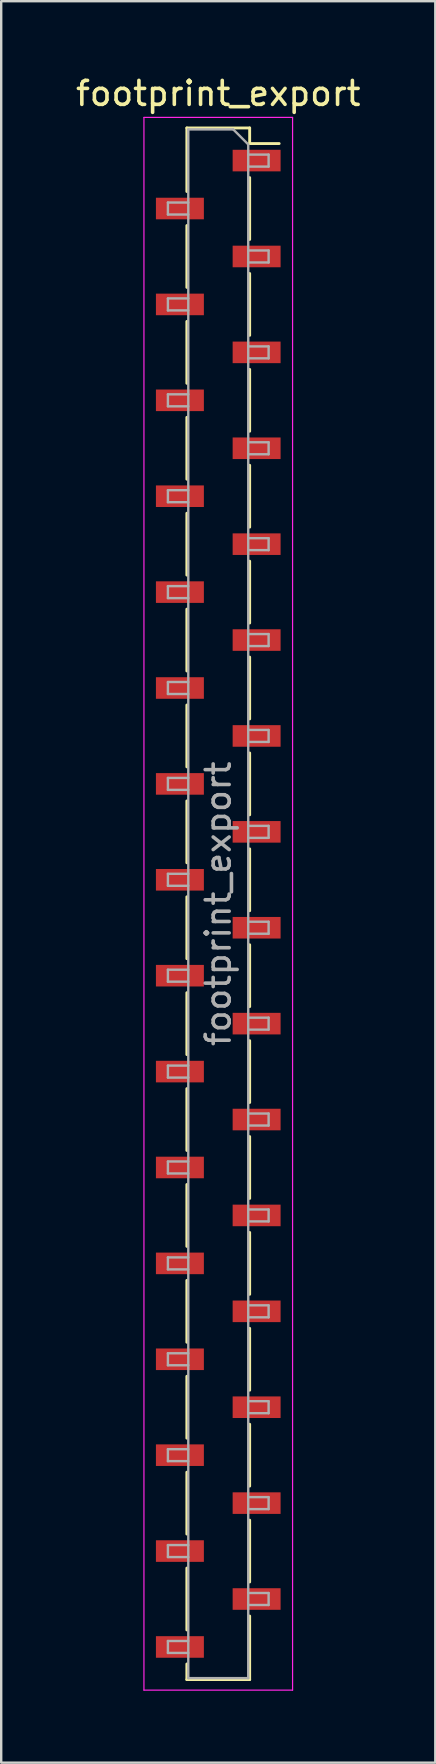
<source format=kicad_pcb>
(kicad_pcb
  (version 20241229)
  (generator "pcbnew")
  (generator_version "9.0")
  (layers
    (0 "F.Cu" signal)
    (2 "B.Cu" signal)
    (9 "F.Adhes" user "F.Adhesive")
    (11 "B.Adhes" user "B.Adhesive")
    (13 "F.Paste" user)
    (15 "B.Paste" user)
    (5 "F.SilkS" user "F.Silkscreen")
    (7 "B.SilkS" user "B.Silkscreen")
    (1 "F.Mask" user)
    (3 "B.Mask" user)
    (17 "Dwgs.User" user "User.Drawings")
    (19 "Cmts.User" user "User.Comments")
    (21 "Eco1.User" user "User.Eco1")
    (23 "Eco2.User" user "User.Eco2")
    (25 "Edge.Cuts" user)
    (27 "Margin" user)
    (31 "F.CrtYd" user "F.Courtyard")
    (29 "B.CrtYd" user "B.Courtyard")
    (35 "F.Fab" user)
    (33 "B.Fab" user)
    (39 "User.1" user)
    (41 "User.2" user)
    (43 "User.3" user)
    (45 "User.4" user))
  (footprint "footprint_export"
    (layer "F.Cu")
    (at 6.054 34.648)
    (property "Reference" "footprint_export" (at 0 -33.8 0) (layer "F.SilkS") (effects (font (size 1 1) (thickness 0.15))))
    (attr smd)
    (fp_line (start -1.31 -32.36) (end -1.31 -29.71) (stroke (width 0.12) (type solid)) (layer "F.SilkS"))
    (fp_line (start -1.31 -32.36) (end 1.31 -32.36) (stroke (width 0.12) (type solid)) (layer "F.SilkS"))
    (fp_line (start -1.31 -28.29) (end -1.31 -25.71) (stroke (width 0.12) (type solid)) (layer "F.SilkS"))
    (fp_line (start -1.31 -24.29) (end -1.31 -21.71) (stroke (width 0.12) (type solid)) (layer "F.SilkS"))
    (fp_line (start -1.31 -20.29) (end -1.31 -17.71) (stroke (width 0.12) (type solid)) (layer "F.SilkS"))
    (fp_line (start -1.31 -16.29) (end -1.31 -13.71) (stroke (width 0.12) (type solid)) (layer "F.SilkS"))
    (fp_line (start -1.31 -12.29) (end -1.31 -9.71) (stroke (width 0.12) (type solid)) (layer "F.SilkS"))
    (fp_line (start -1.31 -8.29) (end -1.31 -5.71) (stroke (width 0.12) (type solid)) (layer "F.SilkS"))
    (fp_line (start -1.31 -4.29) (end -1.31 -1.71) (stroke (width 0.12) (type solid)) (layer "F.SilkS"))
    (fp_line (start -1.31 -0.29) (end -1.31 2.29) (stroke (width 0.12) (type solid)) (layer "F.SilkS"))
    (fp_line (start -1.31 3.71) (end -1.31 6.29) (stroke (width 0.12) (type solid)) (layer "F.SilkS"))
    (fp_line (start -1.31 7.71) (end -1.31 10.29) (stroke (width 0.12) (type solid)) (layer "F.SilkS"))
    (fp_line (start -1.31 11.71) (end -1.31 14.29) (stroke (width 0.12) (type solid)) (layer "F.SilkS"))
    (fp_line (start -1.31 15.71) (end -1.31 18.29) (stroke (width 0.12) (type solid)) (layer "F.SilkS"))
    (fp_line (start -1.31 19.71) (end -1.31 22.29) (stroke (width 0.12) (type solid)) (layer "F.SilkS"))
    (fp_line (start -1.31 23.71) (end -1.31 26.29) (stroke (width 0.12) (type solid)) (layer "F.SilkS"))
    (fp_line (start -1.31 27.71) (end -1.31 30.29) (stroke (width 0.12) (type solid)) (layer "F.SilkS"))
    (fp_line (start -1.31 31.71) (end -1.31 32.36) (stroke (width 0.12) (type solid)) (layer "F.SilkS"))
    (fp_line (start -1.31 32.36) (end 1.31 32.36) (stroke (width 0.12) (type solid)) (layer "F.SilkS"))
    (fp_line (start 1.31 -32.36) (end 1.31 -31.71) (stroke (width 0.12) (type solid)) (layer "F.SilkS"))
    (fp_line (start 1.31 -31.71) (end 2.54 -31.71) (stroke (width 0.12) (type solid)) (layer "F.SilkS"))
    (fp_line (start 1.31 -30.29) (end 1.31 -27.71) (stroke (width 0.12) (type solid)) (layer "F.SilkS"))
    (fp_line (start 1.31 -26.29) (end 1.31 -23.71) (stroke (width 0.12) (type solid)) (layer "F.SilkS"))
    (fp_line (start 1.31 -22.29) (end 1.31 -19.71) (stroke (width 0.12) (type solid)) (layer "F.SilkS"))
    (fp_line (start 1.31 -18.29) (end 1.31 -15.71) (stroke (width 0.12) (type solid)) (layer "F.SilkS"))
    (fp_line (start 1.31 -14.29) (end 1.31 -11.71) (stroke (width 0.12) (type solid)) (layer "F.SilkS"))
    (fp_line (start 1.31 -10.29) (end 1.31 -7.71) (stroke (width 0.12) (type solid)) (layer "F.SilkS"))
    (fp_line (start 1.31 -6.29) (end 1.31 -3.71) (stroke (width 0.12) (type solid)) (layer "F.SilkS"))
    (fp_line (start 1.31 -2.29) (end 1.31 0.29) (stroke (width 0.12) (type solid)) (layer "F.SilkS"))
    (fp_line (start 1.31 1.71) (end 1.31 4.29) (stroke (width 0.12) (type solid)) (layer "F.SilkS"))
    (fp_line (start 1.31 5.71) (end 1.31 8.29) (stroke (width 0.12) (type solid)) (layer "F.SilkS"))
    (fp_line (start 1.31 9.71) (end 1.31 12.29) (stroke (width 0.12) (type solid)) (layer "F.SilkS"))
    (fp_line (start 1.31 13.71) (end 1.31 16.29) (stroke (width 0.12) (type solid)) (layer "F.SilkS"))
    (fp_line (start 1.31 17.71) (end 1.31 20.29) (stroke (width 0.12) (type solid)) (layer "F.SilkS"))
    (fp_line (start 1.31 21.71) (end 1.31 24.29) (stroke (width 0.12) (type solid)) (layer "F.SilkS"))
    (fp_line (start 1.31 25.71) (end 1.31 28.29) (stroke (width 0.12) (type solid)) (layer "F.SilkS"))
    (fp_line (start 1.31 29.71) (end 1.31 32.36) (stroke (width 0.12) (type solid)) (layer "F.SilkS"))
    (fp_line (start -3.1 -32.8) (end 3.1 -32.8) (stroke (width 0.05) (type solid)) (layer "F.CrtYd"))
    (fp_line (start -3.1 32.8) (end -3.1 -32.8) (stroke (width 0.05) (type solid)) (layer "F.CrtYd"))
    (fp_line (start 3.1 -32.8) (end 3.1 32.8) (stroke (width 0.05) (type solid)) (layer "F.CrtYd"))
    (fp_line (start 3.1 32.8) (end -3.1 32.8) (stroke (width 0.05) (type solid)) (layer "F.CrtYd"))
    (fp_line (start -2.1 -29.25) (end -1.25 -29.25) (stroke (width 0.1) (type solid)) (layer "F.Fab"))
    (fp_line (start -2.1 -28.75) (end -2.1 -29.25) (stroke (width 0.1) (type solid)) (layer "F.Fab"))
    (fp_line (start -2.1 -25.25) (end -1.25 -25.25) (stroke (width 0.1) (type solid)) (layer "F.Fab"))
    (fp_line (start -2.1 -24.75) (end -2.1 -25.25) (stroke (width 0.1) (type solid)) (layer "F.Fab"))
    (fp_line (start -2.1 -21.25) (end -1.25 -21.25) (stroke (width 0.1) (type solid)) (layer "F.Fab"))
    (fp_line (start -2.1 -20.75) (end -2.1 -21.25) (stroke (width 0.1) (type solid)) (layer "F.Fab"))
    (fp_line (start -2.1 -17.25) (end -1.25 -17.25) (stroke (width 0.1) (type solid)) (layer "F.Fab"))
    (fp_line (start -2.1 -16.75) (end -2.1 -17.25) (stroke (width 0.1) (type solid)) (layer "F.Fab"))
    (fp_line (start -2.1 -13.25) (end -1.25 -13.25) (stroke (width 0.1) (type solid)) (layer "F.Fab"))
    (fp_line (start -2.1 -12.75) (end -2.1 -13.25) (stroke (width 0.1) (type solid)) (layer "F.Fab"))
    (fp_line (start -2.1 -9.25) (end -1.25 -9.25) (stroke (width 0.1) (type solid)) (layer "F.Fab"))
    (fp_line (start -2.1 -8.75) (end -2.1 -9.25) (stroke (width 0.1) (type solid)) (layer "F.Fab"))
    (fp_line (start -2.1 -5.25) (end -1.25 -5.25) (stroke (width 0.1) (type solid)) (layer "F.Fab"))
    (fp_line (start -2.1 -4.75) (end -2.1 -5.25) (stroke (width 0.1) (type solid)) (layer "F.Fab"))
    (fp_line (start -2.1 -1.25) (end -1.25 -1.25) (stroke (width 0.1) (type solid)) (layer "F.Fab"))
    (fp_line (start -2.1 -0.75) (end -2.1 -1.25) (stroke (width 0.1) (type solid)) (layer "F.Fab"))
    (fp_line (start -2.1 2.75) (end -1.25 2.75) (stroke (width 0.1) (type solid)) (layer "F.Fab"))
    (fp_line (start -2.1 3.25) (end -2.1 2.75) (stroke (width 0.1) (type solid)) (layer "F.Fab"))
    (fp_line (start -2.1 6.75) (end -1.25 6.75) (stroke (width 0.1) (type solid)) (layer "F.Fab"))
    (fp_line (start -2.1 7.25) (end -2.1 6.75) (stroke (width 0.1) (type solid)) (layer "F.Fab"))
    (fp_line (start -2.1 10.75) (end -1.25 10.75) (stroke (width 0.1) (type solid)) (layer "F.Fab"))
    (fp_line (start -2.1 11.25) (end -2.1 10.75) (stroke (width 0.1) (type solid)) (layer "F.Fab"))
    (fp_line (start -2.1 14.75) (end -1.25 14.75) (stroke (width 0.1) (type solid)) (layer "F.Fab"))
    (fp_line (start -2.1 15.25) (end -2.1 14.75) (stroke (width 0.1) (type solid)) (layer "F.Fab"))
    (fp_line (start -2.1 18.75) (end -1.25 18.75) (stroke (width 0.1) (type solid)) (layer "F.Fab"))
    (fp_line (start -2.1 19.25) (end -2.1 18.75) (stroke (width 0.1) (type solid)) (layer "F.Fab"))
    (fp_line (start -2.1 22.75) (end -1.25 22.75) (stroke (width 0.1) (type solid)) (layer "F.Fab"))
    (fp_line (start -2.1 23.25) (end -2.1 22.75) (stroke (width 0.1) (type solid)) (layer "F.Fab"))
    (fp_line (start -2.1 26.75) (end -1.25 26.75) (stroke (width 0.1) (type solid)) (layer "F.Fab"))
    (fp_line (start -2.1 27.25) (end -2.1 26.75) (stroke (width 0.1) (type solid)) (layer "F.Fab"))
    (fp_line (start -2.1 30.75) (end -1.25 30.75) (stroke (width 0.1) (type solid)) (layer "F.Fab"))
    (fp_line (start -2.1 31.25) (end -2.1 30.75) (stroke (width 0.1) (type solid)) (layer "F.Fab"))
    (fp_line (start -1.25 -32.3) (end 0.625 -32.3) (stroke (width 0.1) (type solid)) (layer "F.Fab"))
    (fp_line (start -1.25 -28.75) (end -2.1 -28.75) (stroke (width 0.1) (type solid)) (layer "F.Fab"))
    (fp_line (start -1.25 -24.75) (end -2.1 -24.75) (stroke (width 0.1) (type solid)) (layer "F.Fab"))
    (fp_line (start -1.25 -20.75) (end -2.1 -20.75) (stroke (width 0.1) (type solid)) (layer "F.Fab"))
    (fp_line (start -1.25 -16.75) (end -2.1 -16.75) (stroke (width 0.1) (type solid)) (layer "F.Fab"))
    (fp_line (start -1.25 -12.75) (end -2.1 -12.75) (stroke (width 0.1) (type solid)) (layer "F.Fab"))
    (fp_line (start -1.25 -8.75) (end -2.1 -8.75) (stroke (width 0.1) (type solid)) (layer "F.Fab"))
    (fp_line (start -1.25 -4.75) (end -2.1 -4.75) (stroke (width 0.1) (type solid)) (layer "F.Fab"))
    (fp_line (start -1.25 -0.75) (end -2.1 -0.75) (stroke (width 0.1) (type solid)) (layer "F.Fab"))
    (fp_line (start -1.25 3.25) (end -2.1 3.25) (stroke (width 0.1) (type solid)) (layer "F.Fab"))
    (fp_line (start -1.25 7.25) (end -2.1 7.25) (stroke (width 0.1) (type solid)) (layer "F.Fab"))
    (fp_line (start -1.25 11.25) (end -2.1 11.25) (stroke (width 0.1) (type solid)) (layer "F.Fab"))
    (fp_line (start -1.25 15.25) (end -2.1 15.25) (stroke (width 0.1) (type solid)) (layer "F.Fab"))
    (fp_line (start -1.25 19.25) (end -2.1 19.25) (stroke (width 0.1) (type solid)) (layer "F.Fab"))
    (fp_line (start -1.25 23.25) (end -2.1 23.25) (stroke (width 0.1) (type solid)) (layer "F.Fab"))
    (fp_line (start -1.25 27.25) (end -2.1 27.25) (stroke (width 0.1) (type solid)) (layer "F.Fab"))
    (fp_line (start -1.25 31.25) (end -2.1 31.25) (stroke (width 0.1) (type solid)) (layer "F.Fab"))
    (fp_line (start -1.25 32.3) (end -1.25 -32.3) (stroke (width 0.1) (type solid)) (layer "F.Fab"))
    (fp_line (start 0.625 -32.3) (end 1.25 -31.675) (stroke (width 0.1) (type solid)) (layer "F.Fab"))
    (fp_line (start 1.25 -31.675) (end 1.25 32.3) (stroke (width 0.1) (type solid)) (layer "F.Fab"))
    (fp_line (start 1.25 -31.25) (end 2.1 -31.25) (stroke (width 0.1) (type solid)) (layer "F.Fab"))
    (fp_line (start 1.25 -27.25) (end 2.1 -27.25) (stroke (width 0.1) (type solid)) (layer "F.Fab"))
    (fp_line (start 1.25 -23.25) (end 2.1 -23.25) (stroke (width 0.1) (type solid)) (layer "F.Fab"))
    (fp_line (start 1.25 -19.25) (end 2.1 -19.25) (stroke (width 0.1) (type solid)) (layer "F.Fab"))
    (fp_line (start 1.25 -15.25) (end 2.1 -15.25) (stroke (width 0.1) (type solid)) (layer "F.Fab"))
    (fp_line (start 1.25 -11.25) (end 2.1 -11.25) (stroke (width 0.1) (type solid)) (layer "F.Fab"))
    (fp_line (start 1.25 -7.25) (end 2.1 -7.25) (stroke (width 0.1) (type solid)) (layer "F.Fab"))
    (fp_line (start 1.25 -3.25) (end 2.1 -3.25) (stroke (width 0.1) (type solid)) (layer "F.Fab"))
    (fp_line (start 1.25 0.75) (end 2.1 0.75) (stroke (width 0.1) (type solid)) (layer "F.Fab"))
    (fp_line (start 1.25 4.75) (end 2.1 4.75) (stroke (width 0.1) (type solid)) (layer "F.Fab"))
    (fp_line (start 1.25 8.75) (end 2.1 8.75) (stroke (width 0.1) (type solid)) (layer "F.Fab"))
    (fp_line (start 1.25 12.75) (end 2.1 12.75) (stroke (width 0.1) (type solid)) (layer "F.Fab"))
    (fp_line (start 1.25 16.75) (end 2.1 16.75) (stroke (width 0.1) (type solid)) (layer "F.Fab"))
    (fp_line (start 1.25 20.75) (end 2.1 20.75) (stroke (width 0.1) (type solid)) (layer "F.Fab"))
    (fp_line (start 1.25 24.75) (end 2.1 24.75) (stroke (width 0.1) (type solid)) (layer "F.Fab"))
    (fp_line (start 1.25 28.75) (end 2.1 28.75) (stroke (width 0.1) (type solid)) (layer "F.Fab"))
    (fp_line (start 1.25 32.3) (end -1.25 32.3) (stroke (width 0.1) (type solid)) (layer "F.Fab"))
    (fp_line (start 2.1 -31.25) (end 2.1 -30.75) (stroke (width 0.1) (type solid)) (layer "F.Fab"))
    (fp_line (start 2.1 -30.75) (end 1.25 -30.75) (stroke (width 0.1) (type solid)) (layer "F.Fab"))
    (fp_line (start 2.1 -27.25) (end 2.1 -26.75) (stroke (width 0.1) (type solid)) (layer "F.Fab"))
    (fp_line (start 2.1 -26.75) (end 1.25 -26.75) (stroke (width 0.1) (type solid)) (layer "F.Fab"))
    (fp_line (start 2.1 -23.25) (end 2.1 -22.75) (stroke (width 0.1) (type solid)) (layer "F.Fab"))
    (fp_line (start 2.1 -22.75) (end 1.25 -22.75) (stroke (width 0.1) (type solid)) (layer "F.Fab"))
    (fp_line (start 2.1 -19.25) (end 2.1 -18.75) (stroke (width 0.1) (type solid)) (layer "F.Fab"))
    (fp_line (start 2.1 -18.75) (end 1.25 -18.75) (stroke (width 0.1) (type solid)) (layer "F.Fab"))
    (fp_line (start 2.1 -15.25) (end 2.1 -14.75) (stroke (width 0.1) (type solid)) (layer "F.Fab"))
    (fp_line (start 2.1 -14.75) (end 1.25 -14.75) (stroke (width 0.1) (type solid)) (layer "F.Fab"))
    (fp_line (start 2.1 -11.25) (end 2.1 -10.75) (stroke (width 0.1) (type solid)) (layer "F.Fab"))
    (fp_line (start 2.1 -10.75) (end 1.25 -10.75) (stroke (width 0.1) (type solid)) (layer "F.Fab"))
    (fp_line (start 2.1 -7.25) (end 2.1 -6.75) (stroke (width 0.1) (type solid)) (layer "F.Fab"))
    (fp_line (start 2.1 -6.75) (end 1.25 -6.75) (stroke (width 0.1) (type solid)) (layer "F.Fab"))
    (fp_line (start 2.1 -3.25) (end 2.1 -2.75) (stroke (width 0.1) (type solid)) (layer "F.Fab"))
    (fp_line (start 2.1 -2.75) (end 1.25 -2.75) (stroke (width 0.1) (type solid)) (layer "F.Fab"))
    (fp_line (start 2.1 0.75) (end 2.1 1.25) (stroke (width 0.1) (type solid)) (layer "F.Fab"))
    (fp_line (start 2.1 1.25) (end 1.25 1.25) (stroke (width 0.1) (type solid)) (layer "F.Fab"))
    (fp_line (start 2.1 4.75) (end 2.1 5.25) (stroke (width 0.1) (type solid)) (layer "F.Fab"))
    (fp_line (start 2.1 5.25) (end 1.25 5.25) (stroke (width 0.1) (type solid)) (layer "F.Fab"))
    (fp_line (start 2.1 8.75) (end 2.1 9.25) (stroke (width 0.1) (type solid)) (layer "F.Fab"))
    (fp_line (start 2.1 9.25) (end 1.25 9.25) (stroke (width 0.1) (type solid)) (layer "F.Fab"))
    (fp_line (start 2.1 12.75) (end 2.1 13.25) (stroke (width 0.1) (type solid)) (layer "F.Fab"))
    (fp_line (start 2.1 13.25) (end 1.25 13.25) (stroke (width 0.1) (type solid)) (layer "F.Fab"))
    (fp_line (start 2.1 16.75) (end 2.1 17.25) (stroke (width 0.1) (type solid)) (layer "F.Fab"))
    (fp_line (start 2.1 17.25) (end 1.25 17.25) (stroke (width 0.1) (type solid)) (layer "F.Fab"))
    (fp_line (start 2.1 20.75) (end 2.1 21.25) (stroke (width 0.1) (type solid)) (layer "F.Fab"))
    (fp_line (start 2.1 21.25) (end 1.25 21.25) (stroke (width 0.1) (type solid)) (layer "F.Fab"))
    (fp_line (start 2.1 24.75) (end 2.1 25.25) (stroke (width 0.1) (type solid)) (layer "F.Fab"))
    (fp_line (start 2.1 25.25) (end 1.25 25.25) (stroke (width 0.1) (type solid)) (layer "F.Fab"))
    (fp_line (start 2.1 28.75) (end 2.1 29.25) (stroke (width 0.1) (type solid)) (layer "F.Fab"))
    (fp_line (start 2.1 29.25) (end 1.25 29.25) (stroke (width 0.1) (type solid)) (layer "F.Fab"))
    (fp_text user "${REFERENCE}" (at 0 0 90) (layer "F.Fab") (effects (font (size 1 1) (thickness 0.15))))
    (pad "1" smd rect (at 1.6 -31) (size 2 0.9) (layers "F.Cu" "F.Mask" "F.Paste"))
    (pad "2" smd rect (at -1.6 -29) (size 2 0.9) (layers "F.Cu" "F.Mask" "F.Paste"))
    (pad "3" smd rect (at 1.6 -27) (size 2 0.9) (layers "F.Cu" "F.Mask" "F.Paste"))
    (pad "4" smd rect (at -1.6 -25) (size 2 0.9) (layers "F.Cu" "F.Mask" "F.Paste"))
    (pad "5" smd rect (at 1.6 -23) (size 2 0.9) (layers "F.Cu" "F.Mask" "F.Paste"))
    (pad "6" smd rect (at -1.6 -21) (size 2 0.9) (layers "F.Cu" "F.Mask" "F.Paste"))
    (pad "7" smd rect (at 1.6 -19) (size 2 0.9) (layers "F.Cu" "F.Mask" "F.Paste"))
    (pad "8" smd rect (at -1.6 -17) (size 2 0.9) (layers "F.Cu" "F.Mask" "F.Paste"))
    (pad "9" smd rect (at 1.6 -15) (size 2 0.9) (layers "F.Cu" "F.Mask" "F.Paste"))
    (pad "10" smd rect (at -1.6 -13) (size 2 0.9) (layers "F.Cu" "F.Mask" "F.Paste"))
    (pad "11" smd rect (at 1.6 -11) (size 2 0.9) (layers "F.Cu" "F.Mask" "F.Paste"))
    (pad "12" smd rect (at -1.6 -9) (size 2 0.9) (layers "F.Cu" "F.Mask" "F.Paste"))
    (pad "13" smd rect (at 1.6 -7) (size 2 0.9) (layers "F.Cu" "F.Mask" "F.Paste"))
    (pad "14" smd rect (at -1.6 -5) (size 2 0.9) (layers "F.Cu" "F.Mask" "F.Paste"))
    (pad "15" smd rect (at 1.6 -3) (size 2 0.9) (layers "F.Cu" "F.Mask" "F.Paste"))
    (pad "16" smd rect (at -1.6 -1) (size 2 0.9) (layers "F.Cu" "F.Mask" "F.Paste"))
    (pad "17" smd rect (at 1.6 1) (size 2 0.9) (layers "F.Cu" "F.Mask" "F.Paste"))
    (pad "18" smd rect (at -1.6 3) (size 2 0.9) (layers "F.Cu" "F.Mask" "F.Paste"))
    (pad "19" smd rect (at 1.6 5) (size 2 0.9) (layers "F.Cu" "F.Mask" "F.Paste"))
    (pad "20" smd rect (at -1.6 7) (size 2 0.9) (layers "F.Cu" "F.Mask" "F.Paste"))
    (pad "21" smd rect (at 1.6 9) (size 2 0.9) (layers "F.Cu" "F.Mask" "F.Paste"))
    (pad "22" smd rect (at -1.6 11) (size 2 0.9) (layers "F.Cu" "F.Mask" "F.Paste"))
    (pad "23" smd rect (at 1.6 13) (size 2 0.9) (layers "F.Cu" "F.Mask" "F.Paste"))
    (pad "24" smd rect (at -1.6 15) (size 2 0.9) (layers "F.Cu" "F.Mask" "F.Paste"))
    (pad "25" smd rect (at 1.6 17) (size 2 0.9) (layers "F.Cu" "F.Mask" "F.Paste"))
    (pad "26" smd rect (at -1.6 19) (size 2 0.9) (layers "F.Cu" "F.Mask" "F.Paste"))
    (pad "27" smd rect (at 1.6 21) (size 2 0.9) (layers "F.Cu" "F.Mask" "F.Paste"))
    (pad "28" smd rect (at -1.6 23) (size 2 0.9) (layers "F.Cu" "F.Mask" "F.Paste"))
    (pad "29" smd rect (at 1.6 25) (size 2 0.9) (layers "F.Cu" "F.Mask" "F.Paste"))
    (pad "30" smd rect (at -1.6 27) (size 2 0.9) (layers "F.Cu" "F.Mask" "F.Paste"))
    (pad "31" smd rect (at 1.6 29) (size 2 0.9) (layers "F.Cu" "F.Mask" "F.Paste"))
    (pad "32" smd rect (at -1.6 31) (size 2 0.9) (layers "F.Cu" "F.Mask" "F.Paste")))
  (gr_rect
    (start -3 -3)
    (end 15.107 70.473)
    (stroke (width 0.1) (type default))
    (fill no)
    (layer "Edge.Cuts")))
</source>
